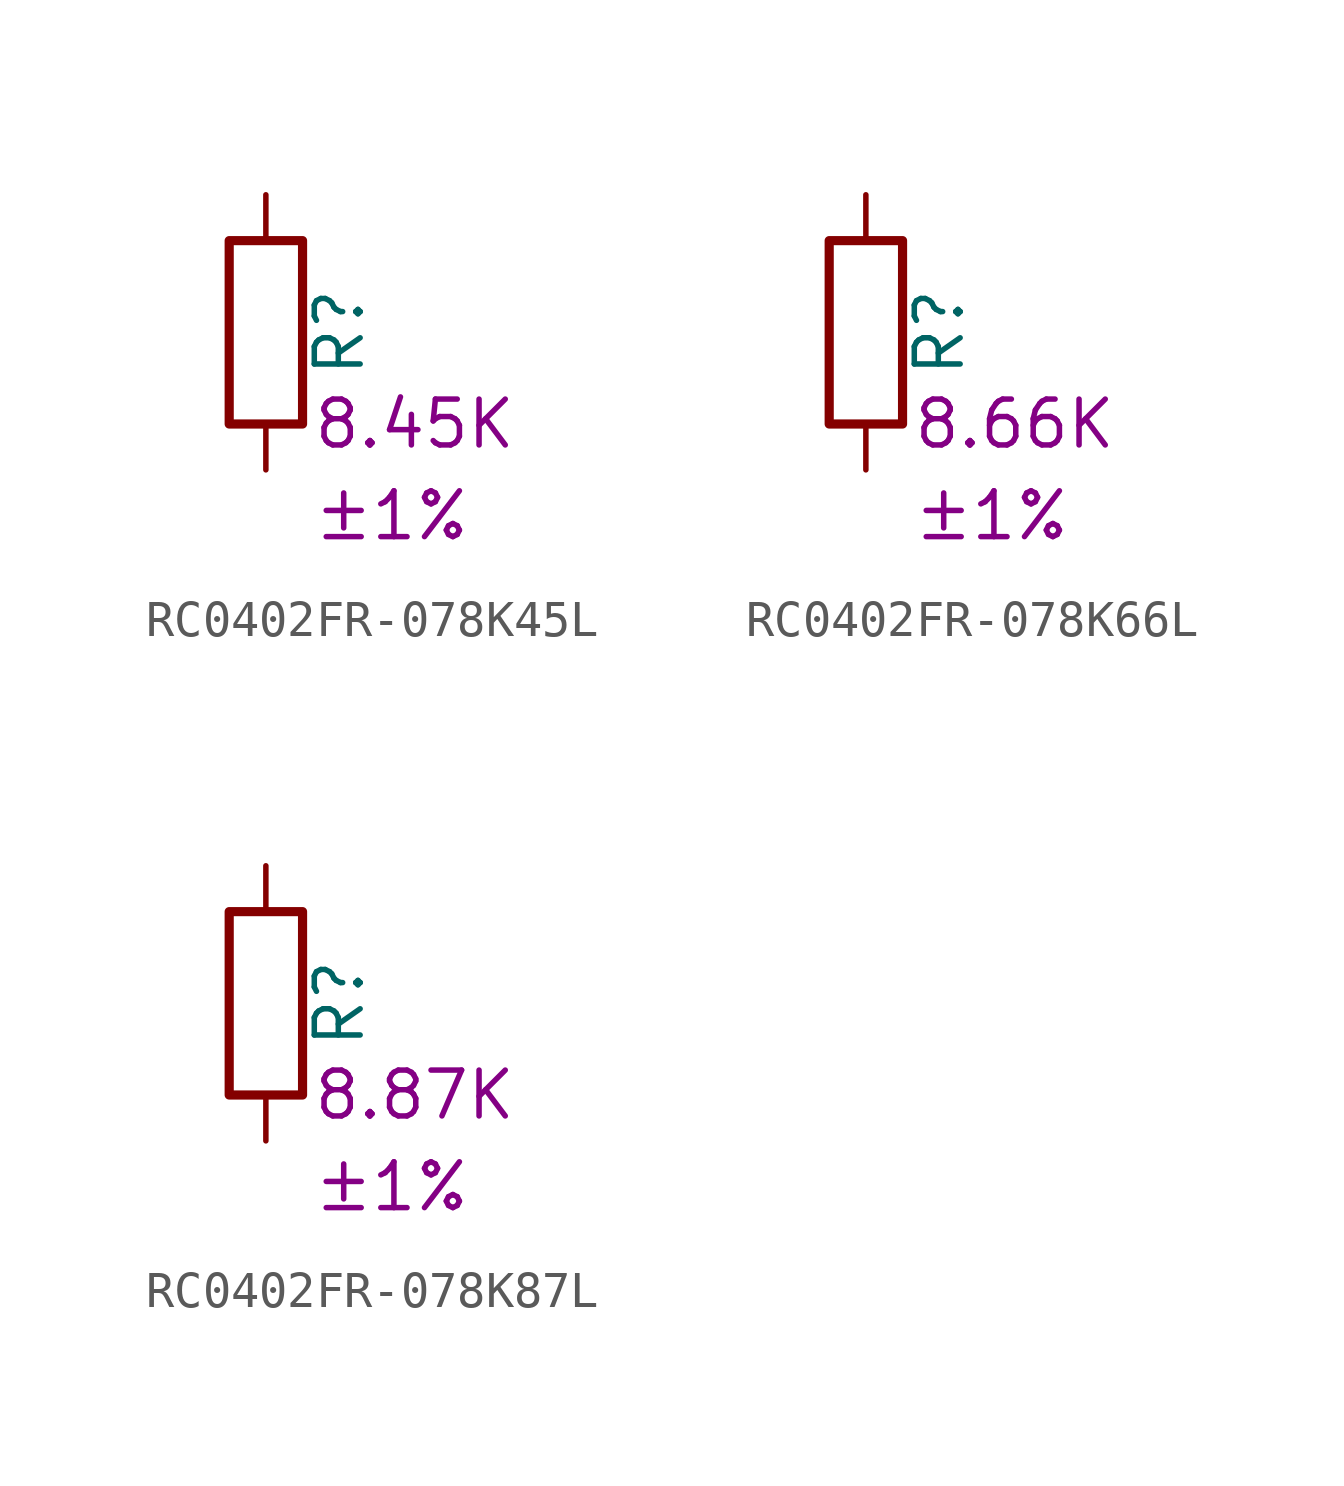
<source format=kicad_sym>
(kicad_symbol_lib
  (version 20220914)
  (generator kicad_symbol_editor)
  (symbol "RC0402FR-078K45L"
    (pin_numbers hide)
    (pin_names
      (offset 0))
    (property "Reference" "R"
      (at 2.032 0 90)
      (effects (font (size 1.27 1.27))))
    (property "Resistance" "8.45K"
      (at 1.27 -2.54 0)
      (effects (font (size 1.27 1.27)) (justify left)))
    (property "Tolerance" "±1%"
      (at 1.27 -5.08 0)
      (effects (font (size 1.27 1.27)) (justify left)))
    (symbol "RC0402FR-078K45L_0_1"
      (rectangle (start -1.016 -2.54) (end 1.016 2.54) (stroke (width 0.254) (type default)) (fill (type none))))
    (symbol "RC0402FR-078K45L_1_1"
      (pin passive line (at 0 3.81 270) (length 1.27) (name "~" (effects (font (size 1.27 1.27)))) (number "1" (effects (font (size 1.27 1.27)))))
      (pin passive line (at 0 -3.81 90) (length 1.27) (name "~" (effects (font (size 1.27 1.27)))) (number "2" (effects (font (size 1.27 1.27)))))))
  (symbol "RC0402FR-078K66L"
    (pin_numbers hide)
    (pin_names
      (offset 0))
    (property "Reference" "R"
      (at 2.032 0 90)
      (effects (font (size 1.27 1.27))))
    (property "Resistance" "8.66K"
      (at 1.27 -2.54 0)
      (effects (font (size 1.27 1.27)) (justify left)))
    (property "Tolerance" "±1%"
      (at 1.27 -5.08 0)
      (effects (font (size 1.27 1.27)) (justify left)))
    (symbol "RC0402FR-078K66L_0_1"
      (rectangle (start -1.016 -2.54) (end 1.016 2.54) (stroke (width 0.254) (type default)) (fill (type none))))
    (symbol "RC0402FR-078K66L_1_1"
      (pin passive line (at 0 3.81 270) (length 1.27) (name "~" (effects (font (size 1.27 1.27)))) (number "1" (effects (font (size 1.27 1.27)))))
      (pin passive line (at 0 -3.81 90) (length 1.27) (name "~" (effects (font (size 1.27 1.27)))) (number "2" (effects (font (size 1.27 1.27)))))))
  (symbol "RC0402FR-078K87L"
    (pin_numbers hide)
    (pin_names
      (offset 0))
    (property "Reference" "R"
      (at 2.032 0 90)
      (effects (font (size 1.27 1.27))))
    (property "Resistance" "8.87K"
      (at 1.27 -2.54 0)
      (effects (font (size 1.27 1.27)) (justify left)))
    (property "Tolerance" "±1%"
      (at 1.27 -5.08 0)
      (effects (font (size 1.27 1.27)) (justify left)))
    (symbol "RC0402FR-078K87L_0_1"
      (rectangle (start -1.016 -2.54) (end 1.016 2.54) (stroke (width 0.254) (type default)) (fill (type none))))
    (symbol "RC0402FR-078K87L_1_1"
      (pin passive line (at 0 3.81 270) (length 1.27) (name "~" (effects (font (size 1.27 1.27)))) (number "1" (effects (font (size 1.27 1.27)))))
      (pin passive line (at 0 -3.81 90) (length 1.27) (name "~" (effects (font (size 1.27 1.27)))) (number "2" (effects (font (size 1.27 1.27))))))))
</source>
